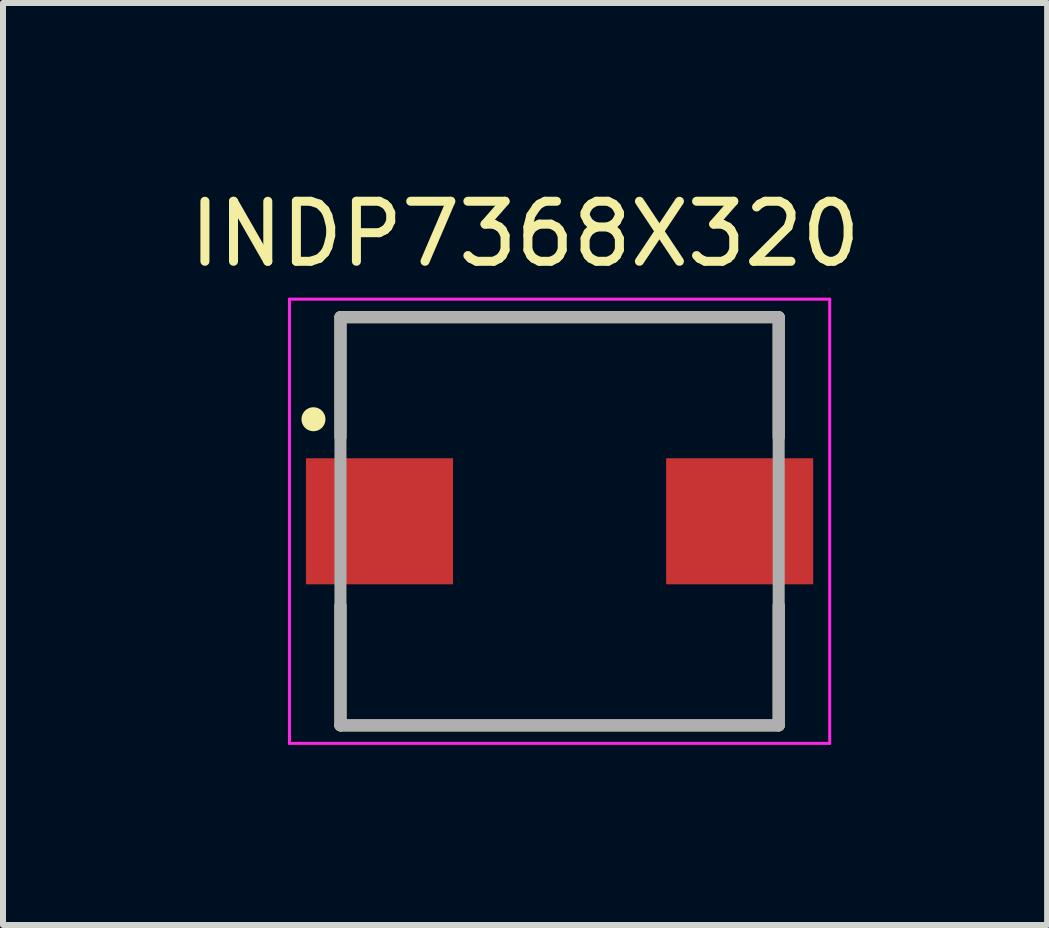
<source format=kicad_pcb>
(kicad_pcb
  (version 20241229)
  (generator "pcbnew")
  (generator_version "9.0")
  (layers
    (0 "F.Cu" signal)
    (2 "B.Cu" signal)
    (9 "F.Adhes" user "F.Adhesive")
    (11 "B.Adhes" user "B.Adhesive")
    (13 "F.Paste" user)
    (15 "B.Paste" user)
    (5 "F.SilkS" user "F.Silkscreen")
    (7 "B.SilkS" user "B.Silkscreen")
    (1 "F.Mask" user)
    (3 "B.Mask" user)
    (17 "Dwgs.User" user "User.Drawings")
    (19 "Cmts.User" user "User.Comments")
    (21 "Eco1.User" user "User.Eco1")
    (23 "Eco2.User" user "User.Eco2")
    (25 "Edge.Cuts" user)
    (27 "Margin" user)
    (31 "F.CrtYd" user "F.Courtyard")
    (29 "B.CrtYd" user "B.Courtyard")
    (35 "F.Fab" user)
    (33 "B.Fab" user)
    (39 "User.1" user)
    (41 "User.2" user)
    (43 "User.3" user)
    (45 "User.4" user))
  (footprint "INDP7368X320"
    (layer "F.Cu")
    (at 6.272 5.634)
    (property "Reference" "INDP7368X320" (at -0.575 -4.786 0) (layer "F.SilkS") (effects (font (size 1 1) (thickness 0.15))))
    (attr smd)
    (fp_line (start -3.65 -3.4) (end 3.65 -3.4) (stroke (width 0.2) (type solid)) (layer "F.SilkS"))
    (fp_line (start -3.65 -1.4) (end -3.65 -3.4) (stroke (width 0.2) (type solid)) (layer "F.SilkS"))
    (fp_line (start -3.65 1.4) (end -3.65 3.4) (stroke (width 0.2) (type solid)) (layer "F.SilkS"))
    (fp_line (start -3.65 3.4) (end 3.65 3.4) (stroke (width 0.2) (type solid)) (layer "F.SilkS"))
    (fp_line (start 3.65 -3.4) (end 3.65 -1.4) (stroke (width 0.2) (type solid)) (layer "F.SilkS"))
    (fp_line (start 3.65 3.4) (end 3.65 1.4) (stroke (width 0.2) (type solid)) (layer "F.SilkS"))
    (fp_circle (center -4.1 -1.7) (end -4 -1.7) (stroke (width 0.2) (type solid)) (fill no) (layer "F.SilkS"))
    (fp_line (start -4.5 -3.7) (end 4.5 -3.7) (stroke (width 0.05) (type solid)) (layer "F.CrtYd"))
    (fp_line (start -4.5 3.7) (end -4.5 -3.7) (stroke (width 0.05) (type solid)) (layer "F.CrtYd"))
    (fp_line (start 4.5 -3.7) (end 4.5 3.7) (stroke (width 0.05) (type solid)) (layer "F.CrtYd"))
    (fp_line (start 4.5 3.7) (end -4.5 3.7) (stroke (width 0.05) (type solid)) (layer "F.CrtYd"))
    (fp_line (start -3.65 -3.4) (end 3.65 -3.4) (stroke (width 0.2) (type solid)) (layer "F.Fab"))
    (fp_line (start -3.65 3.4) (end -3.65 -3.4) (stroke (width 0.2) (type solid)) (layer "F.Fab"))
    (fp_line (start 3.65 -3.4) (end 3.65 3.4) (stroke (width 0.2) (type solid)) (layer "F.Fab"))
    (fp_line (start 3.65 3.4) (end -3.65 3.4) (stroke (width 0.2) (type solid)) (layer "F.Fab"))
    (pad "1" smd rect (at -3 0) (size 2.45 2.1) (layers "F.Cu" "F.Mask" "F.Paste"))
    (pad "2" smd rect (at 3 0) (size 2.45 2.1) (layers "F.Cu" "F.Mask" "F.Paste")))
  (gr_rect
    (start -3 -3)
    (end 14.394 12.359)
    (stroke (width 0.1) (type default))
    (fill no)
    (layer "Edge.Cuts")))
</source>
